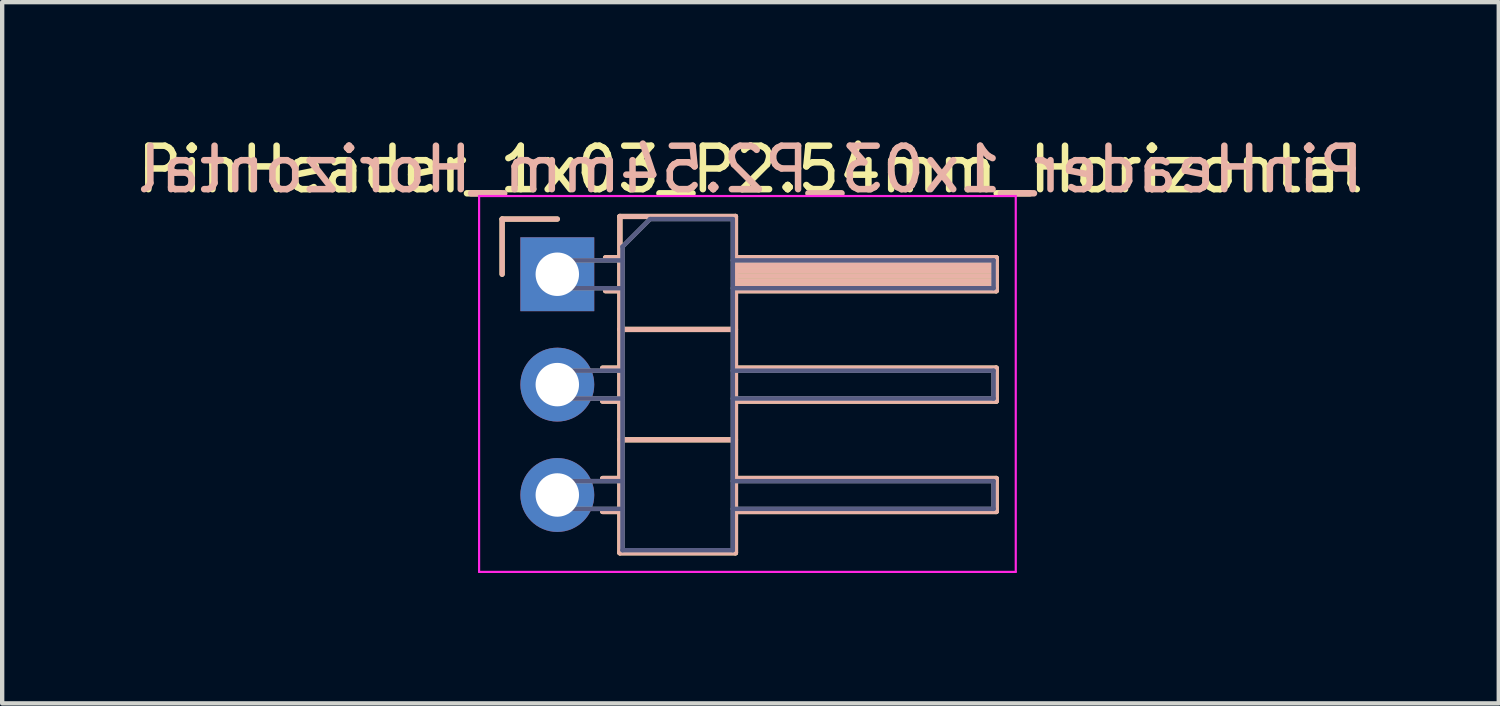
<source format=kicad_pcb>
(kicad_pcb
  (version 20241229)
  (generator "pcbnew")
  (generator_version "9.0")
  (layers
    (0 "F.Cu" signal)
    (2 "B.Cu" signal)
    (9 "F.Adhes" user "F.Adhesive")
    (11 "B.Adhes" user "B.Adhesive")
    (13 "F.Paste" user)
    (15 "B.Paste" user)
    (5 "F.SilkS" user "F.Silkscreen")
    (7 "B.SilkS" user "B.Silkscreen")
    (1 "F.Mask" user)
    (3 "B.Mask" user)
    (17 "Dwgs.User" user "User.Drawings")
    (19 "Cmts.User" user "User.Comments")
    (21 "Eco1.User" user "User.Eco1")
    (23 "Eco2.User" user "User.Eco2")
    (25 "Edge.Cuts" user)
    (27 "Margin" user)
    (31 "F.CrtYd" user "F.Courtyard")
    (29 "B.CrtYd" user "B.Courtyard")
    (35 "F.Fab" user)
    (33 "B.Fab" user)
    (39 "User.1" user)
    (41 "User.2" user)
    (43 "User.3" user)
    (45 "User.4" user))
  (footprint "PinHeader_1x03_P2.54mm_Horizontal"
    (layer "F.Cu")
    (at 9.775 3.261)
    (property "Reference" "PinHeader_1x03_P2.54mm_Horizontal" (at 4.445 -2.413 0) (layer "F.SilkS") (effects (font (size 1 1) (thickness 0.15))))
    (fp_line (start -1.27 -1.27) (end 0 -1.27) (stroke (width 0.12) (type solid)) (layer "F.SilkS"))
    (fp_line (start -1.27 0) (end -1.27 -1.27) (stroke (width 0.12) (type solid)) (layer "F.SilkS"))
    (fp_line (start 1.043 2.16) (end 1.44 2.16) (stroke (width 0.12) (type solid)) (layer "F.SilkS"))
    (fp_line (start 1.043 2.92) (end 1.44 2.92) (stroke (width 0.12) (type solid)) (layer "F.SilkS"))
    (fp_line (start 1.043 4.7) (end 1.44 4.7) (stroke (width 0.12) (type solid)) (layer "F.SilkS"))
    (fp_line (start 1.043 5.46) (end 1.44 5.46) (stroke (width 0.12) (type solid)) (layer "F.SilkS"))
    (fp_line (start 1.11 -0.38) (end 1.44 -0.38) (stroke (width 0.12) (type solid)) (layer "F.SilkS"))
    (fp_line (start 1.11 0.38) (end 1.44 0.38) (stroke (width 0.12) (type solid)) (layer "F.SilkS"))
    (fp_line (start 1.44 -1.33) (end 1.44 6.41) (stroke (width 0.12) (type solid)) (layer "F.SilkS"))
    (fp_line (start 1.44 1.27) (end 4.1 1.27) (stroke (width 0.12) (type solid)) (layer "F.SilkS"))
    (fp_line (start 1.44 3.81) (end 4.1 3.81) (stroke (width 0.12) (type solid)) (layer "F.SilkS"))
    (fp_line (start 1.44 6.41) (end 4.1 6.41) (stroke (width 0.12) (type solid)) (layer "F.SilkS"))
    (fp_line (start 4.1 -1.33) (end 1.44 -1.33) (stroke (width 0.12) (type solid)) (layer "F.SilkS"))
    (fp_line (start 4.1 -0.38) (end 10.1 -0.38) (stroke (width 0.12) (type solid)) (layer "F.SilkS"))
    (fp_line (start 4.1 -0.32) (end 10.1 -0.32) (stroke (width 0.12) (type solid)) (layer "F.SilkS"))
    (fp_line (start 4.1 -0.2) (end 10.1 -0.2) (stroke (width 0.12) (type solid)) (layer "F.SilkS"))
    (fp_line (start 4.1 -0.08) (end 10.1 -0.08) (stroke (width 0.12) (type solid)) (layer "F.SilkS"))
    (fp_line (start 4.1 0.04) (end 10.1 0.04) (stroke (width 0.12) (type solid)) (layer "F.SilkS"))
    (fp_line (start 4.1 0.16) (end 10.1 0.16) (stroke (width 0.12) (type solid)) (layer "F.SilkS"))
    (fp_line (start 4.1 0.28) (end 10.1 0.28) (stroke (width 0.12) (type solid)) (layer "F.SilkS"))
    (fp_line (start 4.1 2.16) (end 10.1 2.16) (stroke (width 0.12) (type solid)) (layer "F.SilkS"))
    (fp_line (start 4.1 4.7) (end 10.1 4.7) (stroke (width 0.12) (type solid)) (layer "F.SilkS"))
    (fp_line (start 4.1 6.41) (end 4.1 -1.33) (stroke (width 0.12) (type solid)) (layer "F.SilkS"))
    (fp_line (start 10.1 -0.38) (end 10.1 0.38) (stroke (width 0.12) (type solid)) (layer "F.SilkS"))
    (fp_line (start 10.1 0.38) (end 4.1 0.38) (stroke (width 0.12) (type solid)) (layer "F.SilkS"))
    (fp_line (start 10.1 2.16) (end 10.1 2.92) (stroke (width 0.12) (type solid)) (layer "F.SilkS"))
    (fp_line (start 10.1 2.92) (end 4.1 2.92) (stroke (width 0.12) (type solid)) (layer "F.SilkS"))
    (fp_line (start 10.1 4.7) (end 10.1 5.46) (stroke (width 0.12) (type solid)) (layer "F.SilkS"))
    (fp_line (start 10.1 5.46) (end 4.1 5.46) (stroke (width 0.12) (type solid)) (layer "F.SilkS"))
    (fp_line (start -1.27 -1.27) (end 0 -1.27) (stroke (width 0.12) (type solid)) (layer "B.SilkS"))
    (fp_line (start -1.27 0) (end -1.27 -1.27) (stroke (width 0.12) (type solid)) (layer "B.SilkS"))
    (fp_line (start 1.043 2.16) (end 1.44 2.16) (stroke (width 0.12) (type solid)) (layer "B.SilkS"))
    (fp_line (start 1.043 2.92) (end 1.44 2.92) (stroke (width 0.12) (type solid)) (layer "B.SilkS"))
    (fp_line (start 1.043 4.7) (end 1.44 4.7) (stroke (width 0.12) (type solid)) (layer "B.SilkS"))
    (fp_line (start 1.043 5.46) (end 1.44 5.46) (stroke (width 0.12) (type solid)) (layer "B.SilkS"))
    (fp_line (start 1.11 -0.38) (end 1.44 -0.38) (stroke (width 0.12) (type solid)) (layer "B.SilkS"))
    (fp_line (start 1.11 0.38) (end 1.44 0.38) (stroke (width 0.12) (type solid)) (layer "B.SilkS"))
    (fp_line (start 1.44 -1.33) (end 1.44 6.41) (stroke (width 0.12) (type solid)) (layer "B.SilkS"))
    (fp_line (start 1.44 1.27) (end 4.1 1.27) (stroke (width 0.12) (type solid)) (layer "B.SilkS"))
    (fp_line (start 1.44 3.81) (end 4.1 3.81) (stroke (width 0.12) (type solid)) (layer "B.SilkS"))
    (fp_line (start 1.44 6.41) (end 4.1 6.41) (stroke (width 0.12) (type solid)) (layer "B.SilkS"))
    (fp_line (start 4.1 -1.33) (end 1.44 -1.33) (stroke (width 0.12) (type solid)) (layer "B.SilkS"))
    (fp_line (start 4.1 -0.38) (end 10.1 -0.38) (stroke (width 0.12) (type solid)) (layer "B.SilkS"))
    (fp_line (start 4.1 -0.32) (end 10.1 -0.32) (stroke (width 0.12) (type solid)) (layer "B.SilkS"))
    (fp_line (start 4.1 -0.2) (end 10.1 -0.2) (stroke (width 0.12) (type solid)) (layer "B.SilkS"))
    (fp_line (start 4.1 -0.08) (end 10.1 -0.08) (stroke (width 0.12) (type solid)) (layer "B.SilkS"))
    (fp_line (start 4.1 0.04) (end 10.1 0.04) (stroke (width 0.12) (type solid)) (layer "B.SilkS"))
    (fp_line (start 4.1 0.16) (end 10.1 0.16) (stroke (width 0.12) (type solid)) (layer "B.SilkS"))
    (fp_line (start 4.1 0.28) (end 10.1 0.28) (stroke (width 0.12) (type solid)) (layer "B.SilkS"))
    (fp_line (start 4.1 2.16) (end 10.1 2.16) (stroke (width 0.12) (type solid)) (layer "B.SilkS"))
    (fp_line (start 4.1 4.7) (end 10.1 4.7) (stroke (width 0.12) (type solid)) (layer "B.SilkS"))
    (fp_line (start 4.1 6.41) (end 4.1 -1.33) (stroke (width 0.12) (type solid)) (layer "B.SilkS"))
    (fp_line (start 10.1 -0.38) (end 10.1 0.38) (stroke (width 0.12) (type solid)) (layer "B.SilkS"))
    (fp_line (start 10.1 0.38) (end 4.1 0.38) (stroke (width 0.12) (type solid)) (layer "B.SilkS"))
    (fp_line (start 10.1 2.16) (end 10.1 2.92) (stroke (width 0.12) (type solid)) (layer "B.SilkS"))
    (fp_line (start 10.1 2.92) (end 4.1 2.92) (stroke (width 0.12) (type solid)) (layer "B.SilkS"))
    (fp_line (start 10.1 4.7) (end 10.1 5.46) (stroke (width 0.12) (type solid)) (layer "B.SilkS"))
    (fp_line (start 10.1 5.46) (end 4.1 5.46) (stroke (width 0.12) (type solid)) (layer "B.SilkS"))
    (fp_line (start -1.8 -1.8) (end -1.8 6.85) (stroke (width 0.05) (type solid)) (layer "F.CrtYd"))
    (fp_line (start -1.8 6.85) (end 10.55 6.85) (stroke (width 0.05) (type solid)) (layer "F.CrtYd"))
    (fp_line (start 10.55 -1.8) (end -1.8 -1.8) (stroke (width 0.05) (type solid)) (layer "F.CrtYd"))
    (fp_line (start 10.55 6.85) (end 10.55 -1.8) (stroke (width 0.05) (type solid)) (layer "F.CrtYd"))
    (fp_line (start -0.32 -0.32) (end -0.32 0.32) (stroke (width 0.1) (type solid)) (layer "B.Fab"))
    (fp_line (start -0.32 -0.32) (end 1.5 -0.32) (stroke (width 0.1) (type solid)) (layer "B.Fab"))
    (fp_line (start -0.32 0.32) (end 1.5 0.32) (stroke (width 0.1) (type solid)) (layer "B.Fab"))
    (fp_line (start -0.32 2.22) (end -0.32 2.86) (stroke (width 0.1) (type solid)) (layer "B.Fab"))
    (fp_line (start -0.32 2.22) (end 1.5 2.22) (stroke (width 0.1) (type solid)) (layer "B.Fab"))
    (fp_line (start -0.32 2.86) (end 1.5 2.86) (stroke (width 0.1) (type solid)) (layer "B.Fab"))
    (fp_line (start -0.32 4.76) (end -0.32 5.4) (stroke (width 0.1) (type solid)) (layer "B.Fab"))
    (fp_line (start -0.32 4.76) (end 1.5 4.76) (stroke (width 0.1) (type solid)) (layer "B.Fab"))
    (fp_line (start -0.32 5.4) (end 1.5 5.4) (stroke (width 0.1) (type solid)) (layer "B.Fab"))
    (fp_line (start 1.5 -0.635) (end 2.135 -1.27) (stroke (width 0.1) (type solid)) (layer "B.Fab"))
    (fp_line (start 1.5 6.35) (end 1.5 -0.635) (stroke (width 0.1) (type solid)) (layer "B.Fab"))
    (fp_line (start 2.135 -1.27) (end 4.04 -1.27) (stroke (width 0.1) (type solid)) (layer "B.Fab"))
    (fp_line (start 4.04 -1.27) (end 4.04 6.35) (stroke (width 0.1) (type solid)) (layer "B.Fab"))
    (fp_line (start 4.04 -0.32) (end 10.04 -0.32) (stroke (width 0.1) (type solid)) (layer "B.Fab"))
    (fp_line (start 4.04 0.32) (end 10.04 0.32) (stroke (width 0.1) (type solid)) (layer "B.Fab"))
    (fp_line (start 4.04 2.22) (end 10.04 2.22) (stroke (width 0.1) (type solid)) (layer "B.Fab"))
    (fp_line (start 4.04 2.86) (end 10.04 2.86) (stroke (width 0.1) (type solid)) (layer "B.Fab"))
    (fp_line (start 4.04 4.76) (end 10.04 4.76) (stroke (width 0.1) (type solid)) (layer "B.Fab"))
    (fp_line (start 4.04 5.4) (end 10.04 5.4) (stroke (width 0.1) (type solid)) (layer "B.Fab"))
    (fp_line (start 4.04 6.35) (end 1.5 6.35) (stroke (width 0.1) (type solid)) (layer "B.Fab"))
    (fp_line (start 10.04 -0.32) (end 10.04 0.32) (stroke (width 0.1) (type solid)) (layer "B.Fab"))
    (fp_line (start 10.04 2.22) (end 10.04 2.86) (stroke (width 0.1) (type solid)) (layer "B.Fab"))
    (fp_line (start 10.04 4.76) (end 10.04 5.4) (stroke (width 0.1) (type solid)) (layer "B.Fab"))
    (fp_line (start -0.32 -0.32) (end -0.32 0.32) (stroke (width 0.1) (type solid)) (layer "F.Fab"))
    (fp_line (start -0.32 -0.32) (end 1.5 -0.32) (stroke (width 0.1) (type solid)) (layer "F.Fab"))
    (fp_line (start -0.32 0.32) (end 1.5 0.32) (stroke (width 0.1) (type solid)) (layer "F.Fab"))
    (fp_line (start -0.32 2.22) (end -0.32 2.86) (stroke (width 0.1) (type solid)) (layer "F.Fab"))
    (fp_line (start -0.32 2.22) (end 1.5 2.22) (stroke (width 0.1) (type solid)) (layer "F.Fab"))
    (fp_line (start -0.32 2.86) (end 1.5 2.86) (stroke (width 0.1) (type solid)) (layer "F.Fab"))
    (fp_line (start -0.32 4.76) (end -0.32 5.4) (stroke (width 0.1) (type solid)) (layer "F.Fab"))
    (fp_line (start -0.32 4.76) (end 1.5 4.76) (stroke (width 0.1) (type solid)) (layer "F.Fab"))
    (fp_line (start -0.32 5.4) (end 1.5 5.4) (stroke (width 0.1) (type solid)) (layer "F.Fab"))
    (fp_line (start 1.5 -0.635) (end 2.135 -1.27) (stroke (width 0.1) (type solid)) (layer "F.Fab"))
    (fp_line (start 1.5 6.35) (end 1.5 -0.635) (stroke (width 0.1) (type solid)) (layer "F.Fab"))
    (fp_line (start 2.135 -1.27) (end 4.04 -1.27) (stroke (width 0.1) (type solid)) (layer "F.Fab"))
    (fp_line (start 4.04 -1.27) (end 4.04 6.35) (stroke (width 0.1) (type solid)) (layer "F.Fab"))
    (fp_line (start 4.04 -0.32) (end 10.04 -0.32) (stroke (width 0.1) (type solid)) (layer "F.Fab"))
    (fp_line (start 4.04 0.32) (end 10.04 0.32) (stroke (width 0.1) (type solid)) (layer "F.Fab"))
    (fp_line (start 4.04 2.22) (end 10.04 2.22) (stroke (width 0.1) (type solid)) (layer "F.Fab"))
    (fp_line (start 4.04 2.86) (end 10.04 2.86) (stroke (width 0.1) (type solid)) (layer "F.Fab"))
    (fp_line (start 4.04 4.76) (end 10.04 4.76) (stroke (width 0.1) (type solid)) (layer "F.Fab"))
    (fp_line (start 4.04 5.4) (end 10.04 5.4) (stroke (width 0.1) (type solid)) (layer "F.Fab"))
    (fp_line (start 4.04 6.35) (end 1.5 6.35) (stroke (width 0.1) (type solid)) (layer "F.Fab"))
    (fp_line (start 10.04 -0.32) (end 10.04 0.32) (stroke (width 0.1) (type solid)) (layer "F.Fab"))
    (fp_line (start 10.04 2.22) (end 10.04 2.86) (stroke (width 0.1) (type solid)) (layer "F.Fab"))
    (fp_line (start 10.04 4.76) (end 10.04 5.4) (stroke (width 0.1) (type solid)) (layer "F.Fab"))
    (fp_text user "${REFERENCE}" (at 4.445 -2.413 180) (layer "B.SilkS") (effects (font (size 1 1) (thickness 0.15)) (justify mirror)))
    (pad "1" thru_hole rect (at 0 0) (size 1.7 1.7) (drill 1) (layers "*.Cu" "*.Mask"))
    (pad "2" thru_hole oval (at 0 2.54) (size 1.7 1.7) (drill 1) (layers "*.Cu" "*.Mask"))
    (pad "3" thru_hole oval (at 0 5.08) (size 1.7 1.7) (drill 1) (layers "*.Cu" "*.Mask")))
  (gr_rect
    (start -3 -3)
    (end 31.44 13.136)
    (stroke (width 0.1) (type default))
    (fill no)
    (layer "Edge.Cuts")))
</source>
